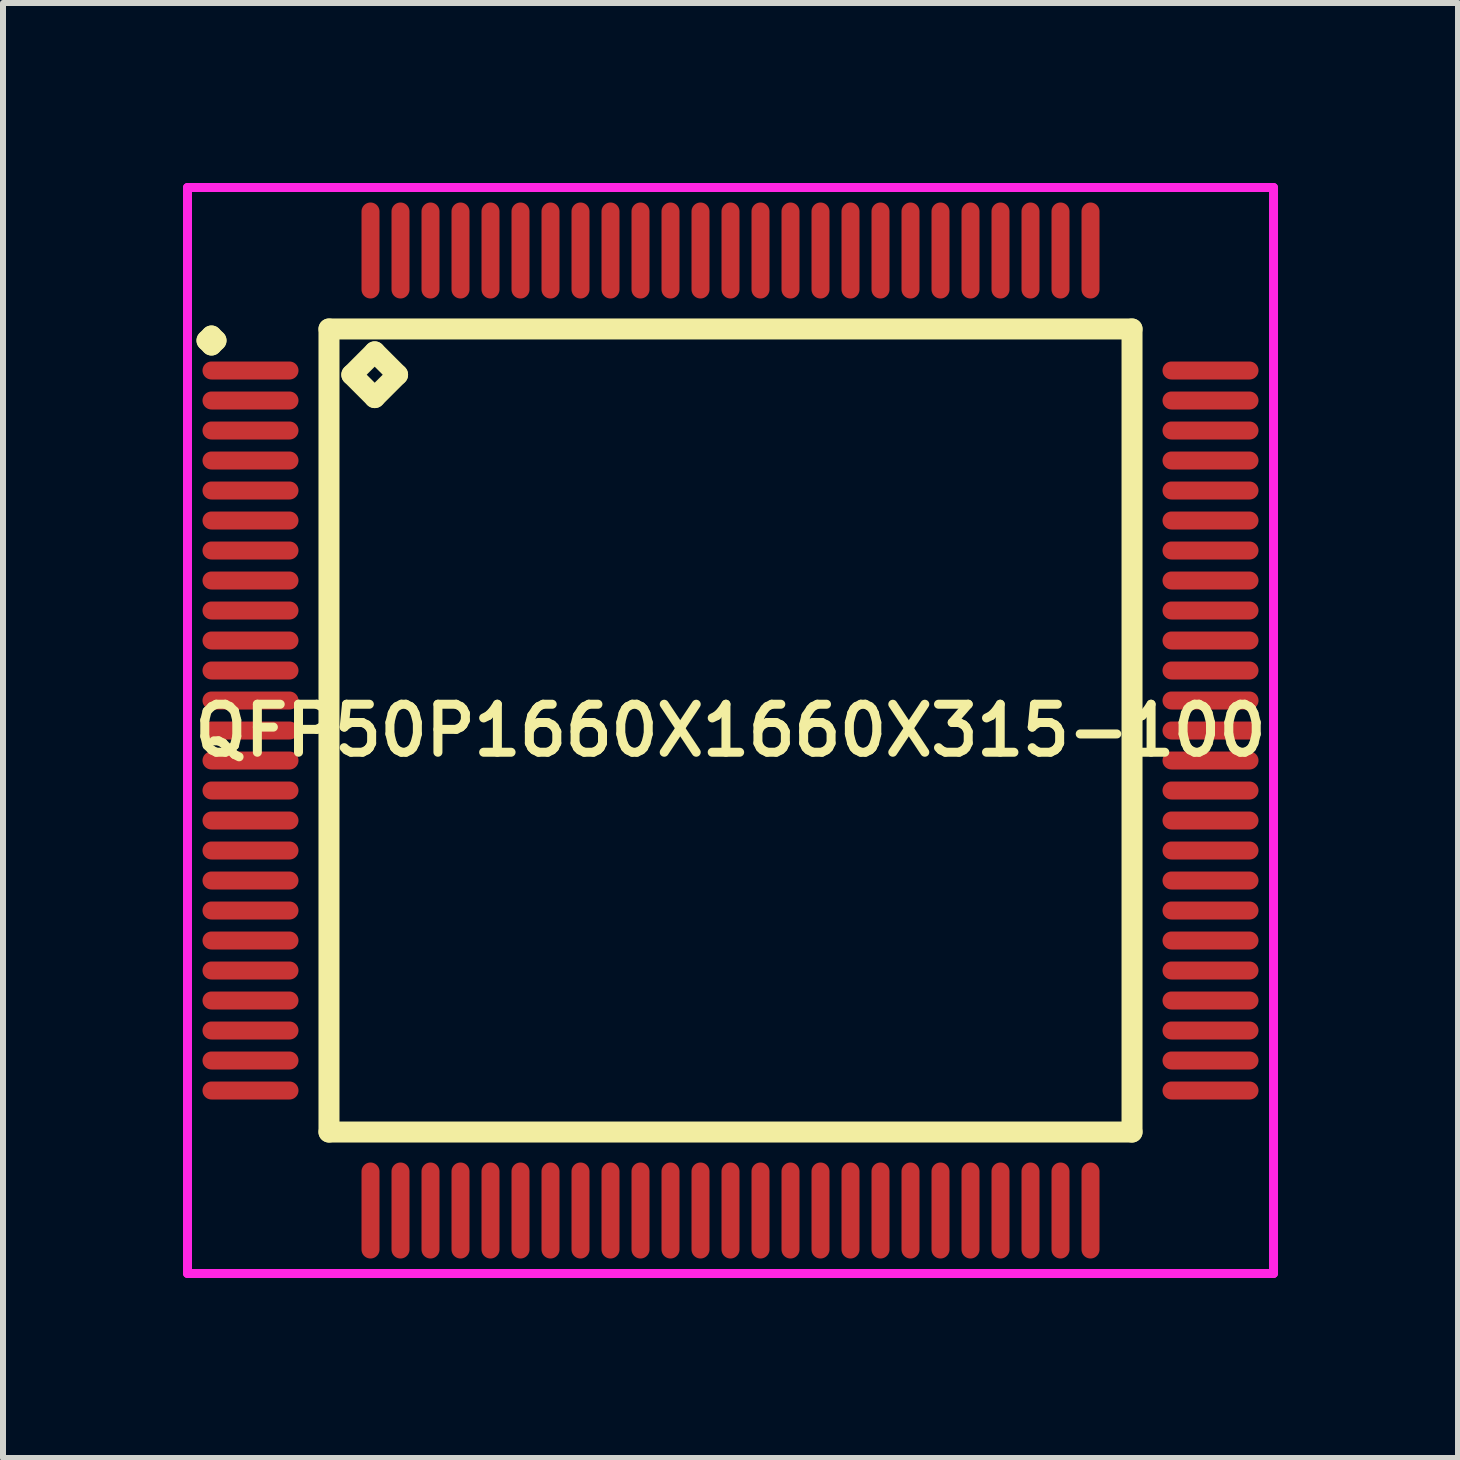
<source format=kicad_pcb>
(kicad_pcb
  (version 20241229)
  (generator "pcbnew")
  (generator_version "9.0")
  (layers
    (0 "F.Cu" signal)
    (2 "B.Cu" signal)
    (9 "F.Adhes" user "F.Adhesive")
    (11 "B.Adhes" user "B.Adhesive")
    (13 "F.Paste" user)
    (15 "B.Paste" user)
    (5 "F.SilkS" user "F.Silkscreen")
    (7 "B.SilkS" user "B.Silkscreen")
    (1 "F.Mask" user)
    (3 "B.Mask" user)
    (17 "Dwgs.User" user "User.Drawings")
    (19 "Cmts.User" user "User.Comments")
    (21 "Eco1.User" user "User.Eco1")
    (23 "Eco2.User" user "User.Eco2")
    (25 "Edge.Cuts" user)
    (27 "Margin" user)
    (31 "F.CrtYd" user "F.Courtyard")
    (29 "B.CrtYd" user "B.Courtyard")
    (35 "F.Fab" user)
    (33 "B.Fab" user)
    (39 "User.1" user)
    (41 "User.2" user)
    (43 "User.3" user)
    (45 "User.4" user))
  (footprint "QFP50P1660X1660X315-100"
    (layer "F.Cu")
    (at 9.125 9.125)
    (property "Reference" "QFP50P1660X1660X315-100" (at 0 0 0) (layer "F.SilkS") (effects (font (size 0.8 0.8) (thickness 0.15))))
    (attr smd)
    (fp_line (start -8.725 -6.5) (end -8.65 -6.575) (stroke (width 0.35) (type solid)) (layer "F.SilkS"))
    (fp_line (start -8.65 -6.575) (end -8.575 -6.5) (stroke (width 0.35) (type solid)) (layer "F.SilkS"))
    (fp_line (start -8.65 -6.425) (end -8.725 -6.5) (stroke (width 0.35) (type solid)) (layer "F.SilkS"))
    (fp_line (start -8.575 -6.5) (end -8.65 -6.425) (stroke (width 0.35) (type solid)) (layer "F.SilkS"))
    (fp_line (start -6.692 -6.692) (end -6.692 6.692) (stroke (width 0.35) (type solid)) (layer "F.SilkS"))
    (fp_line (start -6.692 6.692) (end 6.692 6.692) (stroke (width 0.35) (type solid)) (layer "F.SilkS"))
    (fp_line (start -6.311 -5.93) (end -5.93 -6.311) (stroke (width 0.35) (type solid)) (layer "F.SilkS"))
    (fp_line (start -5.93 -6.311) (end -5.549 -5.93) (stroke (width 0.35) (type solid)) (layer "F.SilkS"))
    (fp_line (start -5.93 -5.549) (end -6.311 -5.93) (stroke (width 0.35) (type solid)) (layer "F.SilkS"))
    (fp_line (start -5.549 -5.93) (end -5.93 -5.549) (stroke (width 0.35) (type solid)) (layer "F.SilkS"))
    (fp_line (start 6.692 -6.692) (end -6.692 -6.692) (stroke (width 0.35) (type solid)) (layer "F.SilkS"))
    (fp_line (start 6.692 6.692) (end 6.692 -6.692) (stroke (width 0.35) (type solid)) (layer "F.SilkS"))
    (fp_line (start -9.05 -9.05) (end 9.05 -9.05) (stroke (width 0.15) (type solid)) (layer "F.CrtYd"))
    (fp_line (start -9.05 9.05) (end -9.05 -9.05) (stroke (width 0.15) (type solid)) (layer "F.CrtYd"))
    (fp_line (start 9.05 -9.05) (end 9.05 9.05) (stroke (width 0.15) (type solid)) (layer "F.CrtYd"))
    (fp_line (start 9.05 9.05) (end -9.05 9.05) (stroke (width 0.15) (type solid)) (layer "F.CrtYd"))
    (pad "1" smd oval (at -8 -6) (size 1.6 0.3) (layers "F.Cu" "F.Mask" "F.Paste"))
    (pad "2" smd oval (at -8 -5.5) (size 1.6 0.3) (layers "F.Cu" "F.Mask" "F.Paste"))
    (pad "3" smd oval (at -8 -5) (size 1.6 0.3) (layers "F.Cu" "F.Mask" "F.Paste"))
    (pad "4" smd oval (at -8 -4.5) (size 1.6 0.3) (layers "F.Cu" "F.Mask" "F.Paste"))
    (pad "5" smd oval (at -8 -4) (size 1.6 0.3) (layers "F.Cu" "F.Mask" "F.Paste"))
    (pad "6" smd oval (at -8 -3.5) (size 1.6 0.3) (layers "F.Cu" "F.Mask" "F.Paste"))
    (pad "7" smd oval (at -8 -3) (size 1.6 0.3) (layers "F.Cu" "F.Mask" "F.Paste"))
    (pad "8" smd oval (at -8 -2.5) (size 1.6 0.3) (layers "F.Cu" "F.Mask" "F.Paste"))
    (pad "9" smd oval (at -8 -2) (size 1.6 0.3) (layers "F.Cu" "F.Mask" "F.Paste"))
    (pad "10" smd oval (at -8 -1.5) (size 1.6 0.3) (layers "F.Cu" "F.Mask" "F.Paste"))
    (pad "11" smd oval (at -8 -1) (size 1.6 0.3) (layers "F.Cu" "F.Mask" "F.Paste"))
    (pad "12" smd oval (at -8 -0.5) (size 1.6 0.3) (layers "F.Cu" "F.Mask" "F.Paste"))
    (pad "13" smd oval (at -8 0) (size 1.6 0.3) (layers "F.Cu" "F.Mask" "F.Paste"))
    (pad "14" smd oval (at -8 0.5) (size 1.6 0.3) (layers "F.Cu" "F.Mask" "F.Paste"))
    (pad "15" smd oval (at -8 1) (size 1.6 0.3) (layers "F.Cu" "F.Mask" "F.Paste"))
    (pad "16" smd oval (at -8 1.5) (size 1.6 0.3) (layers "F.Cu" "F.Mask" "F.Paste"))
    (pad "17" smd oval (at -8 2) (size 1.6 0.3) (layers "F.Cu" "F.Mask" "F.Paste"))
    (pad "18" smd oval (at -8 2.5) (size 1.6 0.3) (layers "F.Cu" "F.Mask" "F.Paste"))
    (pad "19" smd oval (at -8 3) (size 1.6 0.3) (layers "F.Cu" "F.Mask" "F.Paste"))
    (pad "20" smd oval (at -8 3.5) (size 1.6 0.3) (layers "F.Cu" "F.Mask" "F.Paste"))
    (pad "21" smd oval (at -8 4) (size 1.6 0.3) (layers "F.Cu" "F.Mask" "F.Paste"))
    (pad "22" smd oval (at -8 4.5) (size 1.6 0.3) (layers "F.Cu" "F.Mask" "F.Paste"))
    (pad "23" smd oval (at -8 5) (size 1.6 0.3) (layers "F.Cu" "F.Mask" "F.Paste"))
    (pad "24" smd oval (at -8 5.5) (size 1.6 0.3) (layers "F.Cu" "F.Mask" "F.Paste"))
    (pad "25" smd oval (at -8 6) (size 1.6 0.3) (layers "F.Cu" "F.Mask" "F.Paste"))
    (pad "26" smd oval (at -6 8) (size 0.3 1.6) (layers "F.Cu" "F.Mask" "F.Paste"))
    (pad "27" smd oval (at -5.5 8) (size 0.3 1.6) (layers "F.Cu" "F.Mask" "F.Paste"))
    (pad "28" smd oval (at -5 8) (size 0.3 1.6) (layers "F.Cu" "F.Mask" "F.Paste"))
    (pad "29" smd oval (at -4.5 8) (size 0.3 1.6) (layers "F.Cu" "F.Mask" "F.Paste"))
    (pad "30" smd oval (at -4 8) (size 0.3 1.6) (layers "F.Cu" "F.Mask" "F.Paste"))
    (pad "31" smd oval (at -3.5 8) (size 0.3 1.6) (layers "F.Cu" "F.Mask" "F.Paste"))
    (pad "32" smd oval (at -3 8) (size 0.3 1.6) (layers "F.Cu" "F.Mask" "F.Paste"))
    (pad "33" smd oval (at -2.5 8) (size 0.3 1.6) (layers "F.Cu" "F.Mask" "F.Paste"))
    (pad "34" smd oval (at -2 8) (size 0.3 1.6) (layers "F.Cu" "F.Mask" "F.Paste"))
    (pad "35" smd oval (at -1.5 8) (size 0.3 1.6) (layers "F.Cu" "F.Mask" "F.Paste"))
    (pad "36" smd oval (at -1 8) (size 0.3 1.6) (layers "F.Cu" "F.Mask" "F.Paste"))
    (pad "37" smd oval (at -0.5 8) (size 0.3 1.6) (layers "F.Cu" "F.Mask" "F.Paste"))
    (pad "38" smd oval (at 0 8) (size 0.3 1.6) (layers "F.Cu" "F.Mask" "F.Paste"))
    (pad "39" smd oval (at 0.5 8) (size 0.3 1.6) (layers "F.Cu" "F.Mask" "F.Paste"))
    (pad "40" smd oval (at 1 8) (size 0.3 1.6) (layers "F.Cu" "F.Mask" "F.Paste"))
    (pad "41" smd oval (at 1.5 8) (size 0.3 1.6) (layers "F.Cu" "F.Mask" "F.Paste"))
    (pad "42" smd oval (at 2 8) (size 0.3 1.6) (layers "F.Cu" "F.Mask" "F.Paste"))
    (pad "43" smd oval (at 2.5 8) (size 0.3 1.6) (layers "F.Cu" "F.Mask" "F.Paste"))
    (pad "44" smd oval (at 3 8) (size 0.3 1.6) (layers "F.Cu" "F.Mask" "F.Paste"))
    (pad "45" smd oval (at 3.5 8) (size 0.3 1.6) (layers "F.Cu" "F.Mask" "F.Paste"))
    (pad "46" smd oval (at 4 8) (size 0.3 1.6) (layers "F.Cu" "F.Mask" "F.Paste"))
    (pad "47" smd oval (at 4.5 8) (size 0.3 1.6) (layers "F.Cu" "F.Mask" "F.Paste"))
    (pad "48" smd oval (at 5 8) (size 0.3 1.6) (layers "F.Cu" "F.Mask" "F.Paste"))
    (pad "49" smd oval (at 5.5 8) (size 0.3 1.6) (layers "F.Cu" "F.Mask" "F.Paste"))
    (pad "50" smd oval (at 6 8) (size 0.3 1.6) (layers "F.Cu" "F.Mask" "F.Paste"))
    (pad "51" smd oval (at 8 6) (size 1.6 0.3) (layers "F.Cu" "F.Mask" "F.Paste"))
    (pad "52" smd oval (at 8 5.5) (size 1.6 0.3) (layers "F.Cu" "F.Mask" "F.Paste"))
    (pad "53" smd oval (at 8 5) (size 1.6 0.3) (layers "F.Cu" "F.Mask" "F.Paste"))
    (pad "54" smd oval (at 8 4.5) (size 1.6 0.3) (layers "F.Cu" "F.Mask" "F.Paste"))
    (pad "55" smd oval (at 8 4) (size 1.6 0.3) (layers "F.Cu" "F.Mask" "F.Paste"))
    (pad "56" smd oval (at 8 3.5) (size 1.6 0.3) (layers "F.Cu" "F.Mask" "F.Paste"))
    (pad "57" smd oval (at 8 3) (size 1.6 0.3) (layers "F.Cu" "F.Mask" "F.Paste"))
    (pad "58" smd oval (at 8 2.5) (size 1.6 0.3) (layers "F.Cu" "F.Mask" "F.Paste"))
    (pad "59" smd oval (at 8 2) (size 1.6 0.3) (layers "F.Cu" "F.Mask" "F.Paste"))
    (pad "60" smd oval (at 8 1.5) (size 1.6 0.3) (layers "F.Cu" "F.Mask" "F.Paste"))
    (pad "61" smd oval (at 8 1) (size 1.6 0.3) (layers "F.Cu" "F.Mask" "F.Paste"))
    (pad "62" smd oval (at 8 0.5) (size 1.6 0.3) (layers "F.Cu" "F.Mask" "F.Paste"))
    (pad "63" smd oval (at 8 0) (size 1.6 0.3) (layers "F.Cu" "F.Mask" "F.Paste"))
    (pad "64" smd oval (at 8 -0.5) (size 1.6 0.3) (layers "F.Cu" "F.Mask" "F.Paste"))
    (pad "65" smd oval (at 8 -1) (size 1.6 0.3) (layers "F.Cu" "F.Mask" "F.Paste"))
    (pad "66" smd oval (at 8 -1.5) (size 1.6 0.3) (layers "F.Cu" "F.Mask" "F.Paste"))
    (pad "67" smd oval (at 8 -2) (size 1.6 0.3) (layers "F.Cu" "F.Mask" "F.Paste"))
    (pad "68" smd oval (at 8 -2.5) (size 1.6 0.3) (layers "F.Cu" "F.Mask" "F.Paste"))
    (pad "69" smd oval (at 8 -3) (size 1.6 0.3) (layers "F.Cu" "F.Mask" "F.Paste"))
    (pad "70" smd oval (at 8 -3.5) (size 1.6 0.3) (layers "F.Cu" "F.Mask" "F.Paste"))
    (pad "71" smd oval (at 8 -4) (size 1.6 0.3) (layers "F.Cu" "F.Mask" "F.Paste"))
    (pad "72" smd oval (at 8 -4.5) (size 1.6 0.3) (layers "F.Cu" "F.Mask" "F.Paste"))
    (pad "73" smd oval (at 8 -5) (size 1.6 0.3) (layers "F.Cu" "F.Mask" "F.Paste"))
    (pad "74" smd oval (at 8 -5.5) (size 1.6 0.3) (layers "F.Cu" "F.Mask" "F.Paste"))
    (pad "75" smd oval (at 8 -6) (size 1.6 0.3) (layers "F.Cu" "F.Mask" "F.Paste"))
    (pad "76" smd oval (at 6 -8) (size 0.3 1.6) (layers "F.Cu" "F.Mask" "F.Paste"))
    (pad "77" smd oval (at 5.5 -8) (size 0.3 1.6) (layers "F.Cu" "F.Mask" "F.Paste"))
    (pad "78" smd oval (at 5 -8) (size 0.3 1.6) (layers "F.Cu" "F.Mask" "F.Paste"))
    (pad "79" smd oval (at 4.5 -8) (size 0.3 1.6) (layers "F.Cu" "F.Mask" "F.Paste"))
    (pad "80" smd oval (at 4 -8) (size 0.3 1.6) (layers "F.Cu" "F.Mask" "F.Paste"))
    (pad "81" smd oval (at 3.5 -8) (size 0.3 1.6) (layers "F.Cu" "F.Mask" "F.Paste"))
    (pad "82" smd oval (at 3 -8) (size 0.3 1.6) (layers "F.Cu" "F.Mask" "F.Paste"))
    (pad "83" smd oval (at 2.5 -8) (size 0.3 1.6) (layers "F.Cu" "F.Mask" "F.Paste"))
    (pad "84" smd oval (at 2 -8) (size 0.3 1.6) (layers "F.Cu" "F.Mask" "F.Paste"))
    (pad "85" smd oval (at 1.5 -8) (size 0.3 1.6) (layers "F.Cu" "F.Mask" "F.Paste"))
    (pad "86" smd oval (at 1 -8) (size 0.3 1.6) (layers "F.Cu" "F.Mask" "F.Paste"))
    (pad "87" smd oval (at 0.5 -8) (size 0.3 1.6) (layers "F.Cu" "F.Mask" "F.Paste"))
    (pad "88" smd oval (at 0 -8) (size 0.3 1.6) (layers "F.Cu" "F.Mask" "F.Paste"))
    (pad "89" smd oval (at -0.5 -8) (size 0.3 1.6) (layers "F.Cu" "F.Mask" "F.Paste"))
    (pad "90" smd oval (at -1 -8) (size 0.3 1.6) (layers "F.Cu" "F.Mask" "F.Paste"))
    (pad "91" smd oval (at -1.5 -8) (size 0.3 1.6) (layers "F.Cu" "F.Mask" "F.Paste"))
    (pad "92" smd oval (at -2 -8) (size 0.3 1.6) (layers "F.Cu" "F.Mask" "F.Paste"))
    (pad "93" smd oval (at -2.5 -8) (size 0.3 1.6) (layers "F.Cu" "F.Mask" "F.Paste"))
    (pad "94" smd oval (at -3 -8) (size 0.3 1.6) (layers "F.Cu" "F.Mask" "F.Paste"))
    (pad "95" smd oval (at -3.5 -8) (size 0.3 1.6) (layers "F.Cu" "F.Mask" "F.Paste"))
    (pad "96" smd oval (at -4 -8) (size 0.3 1.6) (layers "F.Cu" "F.Mask" "F.Paste"))
    (pad "97" smd oval (at -4.5 -8) (size 0.3 1.6) (layers "F.Cu" "F.Mask" "F.Paste"))
    (pad "98" smd oval (at -5 -8) (size 0.3 1.6) (layers "F.Cu" "F.Mask" "F.Paste"))
    (pad "99" smd oval (at -5.5 -8) (size 0.3 1.6) (layers "F.Cu" "F.Mask" "F.Paste"))
    (pad "100" smd oval (at -6 -8) (size 0.3 1.6) (layers "F.Cu" "F.Mask" "F.Paste")))
  (gr_rect
    (start -3 -3)
    (end 21.25 21.25)
    (stroke (width 0.1) (type default))
    (fill no)
    (layer "Edge.Cuts")))
</source>
